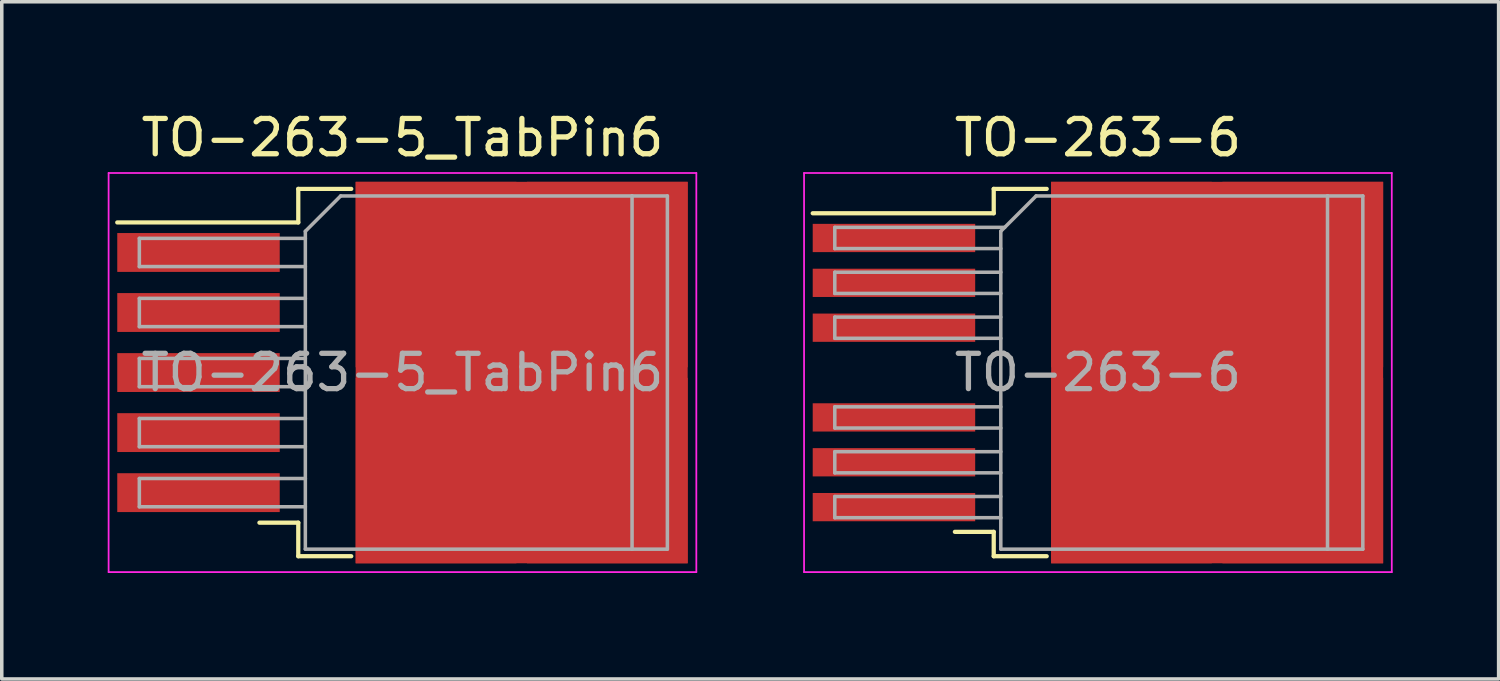
<source format=kicad_pcb>
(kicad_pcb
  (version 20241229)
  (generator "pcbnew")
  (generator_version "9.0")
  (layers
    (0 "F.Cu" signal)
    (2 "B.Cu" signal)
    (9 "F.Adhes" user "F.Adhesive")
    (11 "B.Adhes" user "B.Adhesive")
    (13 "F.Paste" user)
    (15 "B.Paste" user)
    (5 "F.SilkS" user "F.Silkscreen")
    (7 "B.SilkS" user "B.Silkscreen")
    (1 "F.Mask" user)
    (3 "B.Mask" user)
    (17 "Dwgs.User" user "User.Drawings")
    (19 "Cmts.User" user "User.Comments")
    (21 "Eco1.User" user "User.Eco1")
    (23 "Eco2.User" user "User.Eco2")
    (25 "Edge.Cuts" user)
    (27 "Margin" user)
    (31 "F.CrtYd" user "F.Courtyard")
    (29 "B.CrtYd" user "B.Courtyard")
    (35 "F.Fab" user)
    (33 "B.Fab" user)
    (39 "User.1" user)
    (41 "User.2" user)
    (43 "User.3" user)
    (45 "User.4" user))
  (footprint "TO-263-6"
    (layer "F.Cu")
    (at 28.035 7.498)
    (property "Reference" "TO-263-6" (at 0 -6.65 0) (layer "F.SilkS") (effects (font (size 1 1) (thickness 0.15))))
    (attr smd)
    (fp_line (start -2.95 -5.2) (end -2.95 -4.51) (stroke (width 0.12) (type solid)) (layer "F.SilkS"))
    (fp_line (start -2.95 -4.51) (end -8.075 -4.51) (stroke (width 0.12) (type solid)) (layer "F.SilkS"))
    (fp_line (start -2.95 4.51) (end -4.05 4.51) (stroke (width 0.12) (type solid)) (layer "F.SilkS"))
    (fp_line (start -2.95 5.2) (end -2.95 4.51) (stroke (width 0.12) (type solid)) (layer "F.SilkS"))
    (fp_line (start -1.45 -5.2) (end -2.95 -5.2) (stroke (width 0.12) (type solid)) (layer "F.SilkS"))
    (fp_line (start -1.45 5.2) (end -2.95 5.2) (stroke (width 0.12) (type solid)) (layer "F.SilkS"))
    (fp_line (start -8.32 -5.65) (end -8.32 5.65) (stroke (width 0.05) (type solid)) (layer "F.CrtYd"))
    (fp_line (start -8.32 5.65) (end 8.32 5.65) (stroke (width 0.05) (type solid)) (layer "F.CrtYd"))
    (fp_line (start 8.32 -5.65) (end -8.32 -5.65) (stroke (width 0.05) (type solid)) (layer "F.CrtYd"))
    (fp_line (start 8.32 5.65) (end 8.32 -5.65) (stroke (width 0.05) (type solid)) (layer "F.CrtYd"))
    (fp_line (start -7.45 -4.11) (end -7.45 -3.51) (stroke (width 0.1) (type solid)) (layer "F.Fab"))
    (fp_line (start -7.45 -3.51) (end -2.75 -3.51) (stroke (width 0.1) (type solid)) (layer "F.Fab"))
    (fp_line (start -7.45 -2.84) (end -7.45 -2.24) (stroke (width 0.1) (type solid)) (layer "F.Fab"))
    (fp_line (start -7.45 -2.24) (end -2.75 -2.24) (stroke (width 0.1) (type solid)) (layer "F.Fab"))
    (fp_line (start -7.45 -1.57) (end -7.45 -0.97) (stroke (width 0.1) (type solid)) (layer "F.Fab"))
    (fp_line (start -7.45 -0.97) (end -2.75 -0.97) (stroke (width 0.1) (type solid)) (layer "F.Fab"))
    (fp_line (start -7.45 0.97) (end -7.45 1.57) (stroke (width 0.1) (type solid)) (layer "F.Fab"))
    (fp_line (start -7.45 1.57) (end -2.75 1.57) (stroke (width 0.1) (type solid)) (layer "F.Fab"))
    (fp_line (start -7.45 2.24) (end -7.45 2.84) (stroke (width 0.1) (type solid)) (layer "F.Fab"))
    (fp_line (start -7.45 2.84) (end -2.75 2.84) (stroke (width 0.1) (type solid)) (layer "F.Fab"))
    (fp_line (start -7.45 3.51) (end -7.45 4.11) (stroke (width 0.1) (type solid)) (layer "F.Fab"))
    (fp_line (start -7.45 4.11) (end -2.75 4.11) (stroke (width 0.1) (type solid)) (layer "F.Fab"))
    (fp_line (start -2.75 -4) (end -1.75 -5) (stroke (width 0.1) (type solid)) (layer "F.Fab"))
    (fp_line (start -2.75 -2.84) (end -7.45 -2.84) (stroke (width 0.1) (type solid)) (layer "F.Fab"))
    (fp_line (start -2.75 -1.57) (end -7.45 -1.57) (stroke (width 0.1) (type solid)) (layer "F.Fab"))
    (fp_line (start -2.75 0.97) (end -7.45 0.97) (stroke (width 0.1) (type solid)) (layer "F.Fab"))
    (fp_line (start -2.75 2.24) (end -7.45 2.24) (stroke (width 0.1) (type solid)) (layer "F.Fab"))
    (fp_line (start -2.75 3.51) (end -7.45 3.51) (stroke (width 0.1) (type solid)) (layer "F.Fab"))
    (fp_line (start -2.75 5) (end -2.75 -4) (stroke (width 0.1) (type solid)) (layer "F.Fab"))
    (fp_line (start -2.64 -4.11) (end -7.45 -4.11) (stroke (width 0.1) (type solid)) (layer "F.Fab"))
    (fp_line (start -1.75 -5) (end 6.5 -5) (stroke (width 0.1) (type solid)) (layer "F.Fab"))
    (fp_line (start 6.5 -5) (end 6.5 5) (stroke (width 0.1) (type solid)) (layer "F.Fab"))
    (fp_line (start 6.5 -5) (end 7.5 -5) (stroke (width 0.1) (type solid)) (layer "F.Fab"))
    (fp_line (start 6.5 5) (end -2.75 5) (stroke (width 0.1) (type solid)) (layer "F.Fab"))
    (fp_line (start 7.5 -5) (end 7.5 5) (stroke (width 0.1) (type solid)) (layer "F.Fab"))
    (fp_line (start 7.5 5) (end 6.5 5) (stroke (width 0.1) (type solid)) (layer "F.Fab"))
    (fp_text user "${REFERENCE}" (at 0 0 0) (layer "F.Fab") (effects (font (size 1 1) (thickness 0.15))))
    (pad "1" smd rect (at -5.775 -3.81) (size 4.6 0.8) (layers "F.Cu" "F.Mask" "F.Paste"))
    (pad "2" smd rect (at -5.775 -2.54) (size 4.6 0.8) (layers "F.Cu" "F.Mask" "F.Paste"))
    (pad "3" smd rect (at -5.775 -1.27) (size 4.6 0.8) (layers "F.Cu" "F.Mask" "F.Paste"))
    (pad "4" smd rect (at 0.95 -2.775) (size 4.55 5.25) (layers "F.Cu" "F.Paste"))
    (pad "4" smd rect (at 0.95 2.775) (size 4.55 5.25) (layers "F.Cu" "F.Paste"))
    (pad "4" smd rect (at 3.375 0) (size 9.4 10.8) (layers "F.Cu" "F.Mask"))
    (pad "4" smd rect (at 5.8 -2.775) (size 4.55 5.25) (layers "F.Cu" "F.Paste"))
    (pad "4" smd rect (at 5.8 2.775) (size 4.55 5.25) (layers "F.Cu" "F.Paste"))
    (pad "5" smd rect (at -5.775 1.27) (size 4.6 0.8) (layers "F.Cu" "F.Mask" "F.Paste"))
    (pad "6" smd rect (at -5.775 2.54) (size 4.6 0.8) (layers "F.Cu" "F.Mask" "F.Paste"))
    (pad "7" smd rect (at -5.775 3.81) (size 4.6 0.8) (layers "F.Cu" "F.Mask" "F.Paste")))
  (footprint "TO-263-5_TabPin6"
    (layer "F.Cu")
    (at 8.345 7.498)
    (property "Reference" "TO-263-5_TabPin6" (at 0 -6.65 0) (layer "F.SilkS") (effects (font (size 1 1) (thickness 0.15))))
    (attr smd)
    (fp_line (start -2.95 -5.2) (end -2.95 -4.25) (stroke (width 0.12) (type solid)) (layer "F.SilkS"))
    (fp_line (start -2.95 -4.25) (end -8.075 -4.25) (stroke (width 0.12) (type solid)) (layer "F.SilkS"))
    (fp_line (start -2.95 4.25) (end -4.05 4.25) (stroke (width 0.12) (type solid)) (layer "F.SilkS"))
    (fp_line (start -2.95 5.2) (end -2.95 4.25) (stroke (width 0.12) (type solid)) (layer "F.SilkS"))
    (fp_line (start -1.45 -5.2) (end -2.95 -5.2) (stroke (width 0.12) (type solid)) (layer "F.SilkS"))
    (fp_line (start -1.45 5.2) (end -2.95 5.2) (stroke (width 0.12) (type solid)) (layer "F.SilkS"))
    (fp_line (start -8.32 -5.65) (end -8.32 5.65) (stroke (width 0.05) (type solid)) (layer "F.CrtYd"))
    (fp_line (start -8.32 5.65) (end 8.32 5.65) (stroke (width 0.05) (type solid)) (layer "F.CrtYd"))
    (fp_line (start 8.32 -5.65) (end -8.32 -5.65) (stroke (width 0.05) (type solid)) (layer "F.CrtYd"))
    (fp_line (start 8.32 5.65) (end 8.32 -5.65) (stroke (width 0.05) (type solid)) (layer "F.CrtYd"))
    (fp_line (start -7.45 -3.8) (end -7.45 -3) (stroke (width 0.1) (type solid)) (layer "F.Fab"))
    (fp_line (start -7.45 -3) (end -2.75 -3) (stroke (width 0.1) (type solid)) (layer "F.Fab"))
    (fp_line (start -7.45 -2.1) (end -7.45 -1.3) (stroke (width 0.1) (type solid)) (layer "F.Fab"))
    (fp_line (start -7.45 -1.3) (end -2.75 -1.3) (stroke (width 0.1) (type solid)) (layer "F.Fab"))
    (fp_line (start -7.45 -0.4) (end -7.45 0.4) (stroke (width 0.1) (type solid)) (layer "F.Fab"))
    (fp_line (start -7.45 0.4) (end -2.75 0.4) (stroke (width 0.1) (type solid)) (layer "F.Fab"))
    (fp_line (start -7.45 1.3) (end -7.45 2.1) (stroke (width 0.1) (type solid)) (layer "F.Fab"))
    (fp_line (start -7.45 2.1) (end -2.75 2.1) (stroke (width 0.1) (type solid)) (layer "F.Fab"))
    (fp_line (start -7.45 3) (end -7.45 3.8) (stroke (width 0.1) (type solid)) (layer "F.Fab"))
    (fp_line (start -7.45 3.8) (end -2.75 3.8) (stroke (width 0.1) (type solid)) (layer "F.Fab"))
    (fp_line (start -2.75 -4) (end -1.75 -5) (stroke (width 0.1) (type solid)) (layer "F.Fab"))
    (fp_line (start -2.75 -3.8) (end -7.45 -3.8) (stroke (width 0.1) (type solid)) (layer "F.Fab"))
    (fp_line (start -2.75 -2.1) (end -7.45 -2.1) (stroke (width 0.1) (type solid)) (layer "F.Fab"))
    (fp_line (start -2.75 -0.4) (end -7.45 -0.4) (stroke (width 0.1) (type solid)) (layer "F.Fab"))
    (fp_line (start -2.75 1.3) (end -7.45 1.3) (stroke (width 0.1) (type solid)) (layer "F.Fab"))
    (fp_line (start -2.75 3) (end -7.45 3) (stroke (width 0.1) (type solid)) (layer "F.Fab"))
    (fp_line (start -2.75 5) (end -2.75 -4) (stroke (width 0.1) (type solid)) (layer "F.Fab"))
    (fp_line (start -1.75 -5) (end 6.5 -5) (stroke (width 0.1) (type solid)) (layer "F.Fab"))
    (fp_line (start 6.5 -5) (end 6.5 5) (stroke (width 0.1) (type solid)) (layer "F.Fab"))
    (fp_line (start 6.5 -5) (end 7.5 -5) (stroke (width 0.1) (type solid)) (layer "F.Fab"))
    (fp_line (start 6.5 5) (end -2.75 5) (stroke (width 0.1) (type solid)) (layer "F.Fab"))
    (fp_line (start 7.5 -5) (end 7.5 5) (stroke (width 0.1) (type solid)) (layer "F.Fab"))
    (fp_line (start 7.5 5) (end 6.5 5) (stroke (width 0.1) (type solid)) (layer "F.Fab"))
    (fp_text user "${REFERENCE}" (at 0 0 0) (layer "F.Fab") (effects (font (size 1 1) (thickness 0.15))))
    (pad "1" smd rect (at -5.775 -3.4) (size 4.6 1.1) (layers "F.Cu" "F.Mask" "F.Paste"))
    (pad "2" smd rect (at -5.775 -1.7) (size 4.6 1.1) (layers "F.Cu" "F.Mask" "F.Paste"))
    (pad "3" smd rect (at -5.775 0) (size 4.6 1.1) (layers "F.Cu" "F.Mask" "F.Paste"))
    (pad "4" smd rect (at -5.775 1.7) (size 4.6 1.1) (layers "F.Cu" "F.Mask" "F.Paste"))
    (pad "5" smd rect (at -5.775 3.4) (size 4.6 1.1) (layers "F.Cu" "F.Mask" "F.Paste"))
    (pad "6" smd rect (at 0.95 -2.775) (size 4.55 5.25) (layers "F.Cu" "F.Paste"))
    (pad "6" smd rect (at 0.95 2.775) (size 4.55 5.25) (layers "F.Cu" "F.Paste"))
    (pad "6" smd rect (at 3.375 0) (size 9.4 10.8) (layers "F.Cu" "F.Mask"))
    (pad "6" smd rect (at 5.8 -2.775) (size 4.55 5.25) (layers "F.Cu" "F.Paste"))
    (pad "6" smd rect (at 5.8 2.775) (size 4.55 5.25) (layers "F.Cu" "F.Paste")))
  (gr_rect
    (start -3 -3)
    (end 39.38 16.173)
    (stroke (width 0.1) (type default))
    (fill no)
    (layer "Edge.Cuts")))
</source>
